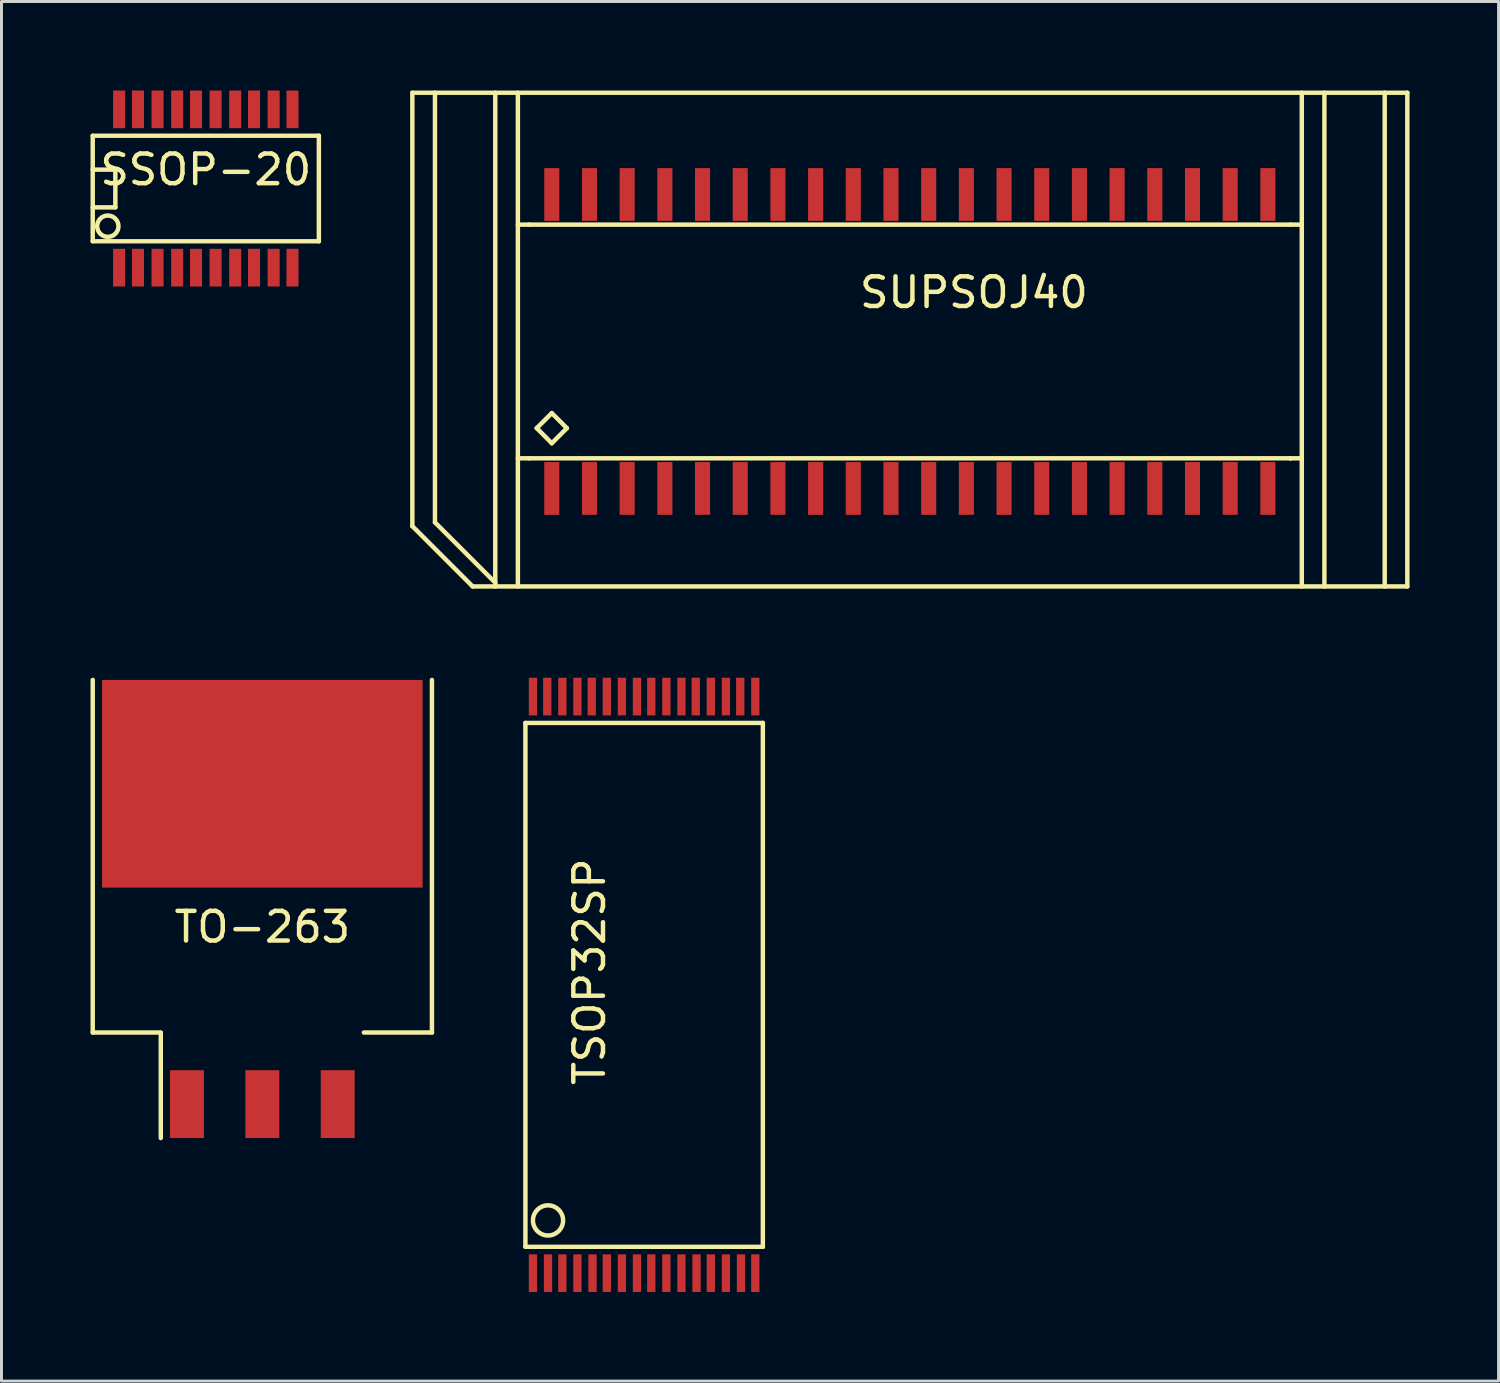
<source format=kicad_pcb>
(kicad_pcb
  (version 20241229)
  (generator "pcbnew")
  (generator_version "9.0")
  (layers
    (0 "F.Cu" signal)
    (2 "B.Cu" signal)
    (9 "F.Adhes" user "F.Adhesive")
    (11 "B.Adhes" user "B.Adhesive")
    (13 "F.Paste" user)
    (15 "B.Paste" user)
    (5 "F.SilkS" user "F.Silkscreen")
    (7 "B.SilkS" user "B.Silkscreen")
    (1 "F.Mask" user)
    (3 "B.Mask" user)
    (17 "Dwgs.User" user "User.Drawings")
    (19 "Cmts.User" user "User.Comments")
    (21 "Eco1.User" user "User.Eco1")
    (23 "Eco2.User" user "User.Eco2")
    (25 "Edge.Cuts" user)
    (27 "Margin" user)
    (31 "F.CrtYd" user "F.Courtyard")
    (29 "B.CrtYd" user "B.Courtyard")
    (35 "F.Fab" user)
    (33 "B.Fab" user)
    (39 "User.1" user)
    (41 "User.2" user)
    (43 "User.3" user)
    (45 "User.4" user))
  (footprint "TO-263"
    (layer "F.Cu")
    (at 5.79 34.156)
    (property "Reference" "TO-263" (at 0 -5.969 0) (layer "F.SilkS") (effects (font (size 1 1) (thickness 0.15))))
    (attr smd)
    (fp_line (start -5.715 -2.413) (end -5.715 -14.294) (stroke (width 0.15) (type solid)) (layer "F.SilkS"))
    (fp_line (start -5.715 -2.413) (end -3.422 -2.413) (stroke (width 0.15) (type solid)) (layer "F.SilkS"))
    (fp_line (start -3.422 -2.4) (end -3.422 1.143) (stroke (width 0.15) (type solid)) (layer "F.SilkS"))
    (fp_line (start 3.422 -2.413) (end 5.715 -2.413) (stroke (width 0.15) (type solid)) (layer "F.SilkS"))
    (fp_line (start 5.715 -14.294) (end 5.715 -2.413) (stroke (width 0.15) (type solid)) (layer "F.SilkS"))
    (pad "1" smd rect (at -2.54 0) (size 1.143 2.286) (layers "F.Cu" "F.Mask" "F.Paste"))
    (pad "2" smd rect (at 0 0) (size 1.143 2.286) (layers "F.Cu" "F.Mask" "F.Paste"))
    (pad "3" smd rect (at 0 -10.795) (size 10.8 6.998) (layers "F.Cu" "F.Mask" "F.Paste"))
    (pad "3" smd rect (at 2.54 0) (size 1.143 2.286) (layers "F.Cu" "F.Mask" "F.Paste")))
  (footprint "TSOP32SP"
    (layer "F.Cu")
    (at 18.719 30.201)
    (property "Reference" "TSOP32SP" (at -1.905 -0.508 90) (layer "F.SilkS") (effects (font (size 1 1) (thickness 0.15))))
    (attr smd)
    (fp_line (start -4.064 -8.89) (end 3.937 -8.89) (stroke (width 0.15) (type solid)) (layer "F.SilkS"))
    (fp_line (start -4.064 8.763) (end -4.064 -8.89) (stroke (width 0.15) (type solid)) (layer "F.SilkS"))
    (fp_line (start 3.937 -8.89) (end 3.937 8.763) (stroke (width 0.15) (type solid)) (layer "F.SilkS"))
    (fp_line (start 3.937 8.763) (end -4.064 8.763) (stroke (width 0.15) (type solid)) (layer "F.SilkS"))
    (fp_circle (center -3.302 7.874) (end -3.302 8.382) (stroke (width 0.15) (type solid)) (fill no) (layer "F.SilkS"))
    (pad "1" smd rect (at -3.81 9.652) (size 0.279 1.27) (layers "F.Cu" "F.Mask" "F.Paste"))
    (pad "2" smd rect (at -3.302 9.652) (size 0.279 1.27) (layers "F.Cu" "F.Mask" "F.Paste"))
    (pad "3" smd rect (at -2.819 9.652) (size 0.279 1.27) (layers "F.Cu" "F.Mask" "F.Paste"))
    (pad "4" smd rect (at -2.311 9.652) (size 0.279 1.27) (layers "F.Cu" "F.Mask" "F.Paste"))
    (pad "5" smd rect (at -1.803 9.652) (size 0.279 1.27) (layers "F.Cu" "F.Mask" "F.Paste"))
    (pad "6" smd rect (at -1.321 9.652) (size 0.279 1.27) (layers "F.Cu" "F.Mask" "F.Paste"))
    (pad "7" smd rect (at -0.813 9.652) (size 0.279 1.27) (layers "F.Cu" "F.Mask" "F.Paste"))
    (pad "8" smd rect (at -0.305 9.652) (size 0.279 1.27) (layers "F.Cu" "F.Mask" "F.Paste"))
    (pad "9" smd rect (at 0.178 9.652) (size 0.279 1.27) (layers "F.Cu" "F.Mask" "F.Paste"))
    (pad "10" smd rect (at 0.686 9.652) (size 0.279 1.27) (layers "F.Cu" "F.Mask" "F.Paste"))
    (pad "11" smd rect (at 1.194 9.652) (size 0.279 1.27) (layers "F.Cu" "F.Mask" "F.Paste"))
    (pad "12" smd rect (at 1.702 9.652) (size 0.279 1.27) (layers "F.Cu" "F.Mask" "F.Paste"))
    (pad "13" smd rect (at 2.184 9.652) (size 0.279 1.27) (layers "F.Cu" "F.Mask" "F.Paste"))
    (pad "14" smd rect (at 2.692 9.652) (size 0.279 1.27) (layers "F.Cu" "F.Mask" "F.Paste"))
    (pad "15" smd rect (at 3.2 9.652) (size 0.279 1.27) (layers "F.Cu" "F.Mask" "F.Paste"))
    (pad "16" smd rect (at 3.683 9.652) (size 0.279 1.27) (layers "F.Cu" "F.Mask" "F.Paste"))
    (pad "17" smd rect (at 3.683 -9.779) (size 0.279 1.27) (layers "F.Cu" "F.Mask" "F.Paste"))
    (pad "18" smd rect (at 3.175 -9.779) (size 0.279 1.27) (layers "F.Cu" "F.Mask" "F.Paste"))
    (pad "19" smd rect (at 2.692 -9.779) (size 0.279 1.27) (layers "F.Cu" "F.Mask" "F.Paste"))
    (pad "20" smd rect (at 2.184 -9.779) (size 0.279 1.27) (layers "F.Cu" "F.Mask" "F.Paste"))
    (pad "21" smd rect (at 1.676 -9.779) (size 0.279 1.27) (layers "F.Cu" "F.Mask" "F.Paste"))
    (pad "22" smd rect (at 1.194 -9.779) (size 0.279 1.27) (layers "F.Cu" "F.Mask" "F.Paste"))
    (pad "23" smd rect (at 0.686 -9.779) (size 0.279 1.27) (layers "F.Cu" "F.Mask" "F.Paste"))
    (pad "24" smd rect (at 0.178 -9.779) (size 0.279 1.27) (layers "F.Cu" "F.Mask" "F.Paste"))
    (pad "25" smd rect (at -0.305 -9.779) (size 0.279 1.27) (layers "F.Cu" "F.Mask" "F.Paste"))
    (pad "26" smd rect (at -0.813 -9.779) (size 0.279 1.27) (layers "F.Cu" "F.Mask" "F.Paste"))
    (pad "27" smd rect (at -1.321 -9.779) (size 0.279 1.27) (layers "F.Cu" "F.Mask" "F.Paste"))
    (pad "28" smd rect (at -1.829 -9.779) (size 0.279 1.27) (layers "F.Cu" "F.Mask" "F.Paste"))
    (pad "29" smd rect (at -2.311 -9.779) (size 0.279 1.27) (layers "F.Cu" "F.Mask" "F.Paste"))
    (pad "30" smd rect (at -2.819 -9.779) (size 0.279 1.27) (layers "F.Cu" "F.Mask" "F.Paste"))
    (pad "31" smd rect (at -3.327 -9.779) (size 0.279 1.27) (layers "F.Cu" "F.Mask" "F.Paste"))
    (pad "32" smd rect (at -3.81 -9.779) (size 0.279 1.27) (layers "F.Cu" "F.Mask" "F.Paste")))
  (footprint "SUPSOJ40"
    (layer "F.Cu")
    (at 28.244 8.33)
    (property "Reference" "SUPSOJ40" (at 1.524 -1.524 180) (layer "F.SilkS") (effects (font (size 1 1) (thickness 0.15))))
    (attr smd)
    (fp_line (start -17.399 6.35) (end -17.399 -8.255) (stroke (width 0.15) (type solid)) (layer "F.SilkS"))
    (fp_line (start -16.637 -8.255) (end -16.637 6.223) (stroke (width 0.15) (type solid)) (layer "F.SilkS"))
    (fp_line (start -16.637 6.223) (end -14.605 8.255) (stroke (width 0.15) (type solid)) (layer "F.SilkS"))
    (fp_line (start -15.367 8.382) (end -17.399 6.35) (stroke (width 0.15) (type solid)) (layer "F.SilkS"))
    (fp_line (start -14.605 8.382) (end -14.605 -8.255) (stroke (width 0.15) (type solid)) (layer "F.SilkS"))
    (fp_line (start -13.843 8.382) (end -13.843 -8.255) (stroke (width 0.15) (type solid)) (layer "F.SilkS"))
    (fp_line (start -13.462 -3.81) (end -13.843 -3.81) (stroke (width 0.15) (type solid)) (layer "F.SilkS"))
    (fp_line (start -13.462 -3.81) (end 12.192 -3.81) (stroke (width 0.15) (type solid)) (layer "F.SilkS"))
    (fp_line (start -13.462 4.064) (end -13.843 4.064) (stroke (width 0.15) (type solid)) (layer "F.SilkS"))
    (fp_line (start -13.208 3.048) (end -12.7 2.54) (stroke (width 0.15) (type solid)) (layer "F.SilkS"))
    (fp_line (start -12.7 2.54) (end -12.192 3.048) (stroke (width 0.15) (type solid)) (layer "F.SilkS"))
    (fp_line (start -12.7 3.556) (end -13.208 3.048) (stroke (width 0.15) (type solid)) (layer "F.SilkS"))
    (fp_line (start -12.192 3.048) (end -12.7 3.556) (stroke (width 0.15) (type solid)) (layer "F.SilkS"))
    (fp_line (start 12.192 -3.81) (end 12.573 -3.81) (stroke (width 0.15) (type solid)) (layer "F.SilkS"))
    (fp_line (start 12.192 4.064) (end -13.462 4.064) (stroke (width 0.15) (type solid)) (layer "F.SilkS"))
    (fp_line (start 12.192 4.064) (end 12.192 4.064) (stroke (width 0.15) (type solid)) (layer "F.SilkS"))
    (fp_line (start 12.192 4.064) (end 12.573 4.064) (stroke (width 0.15) (type solid)) (layer "F.SilkS"))
    (fp_line (start 12.573 8.382) (end 12.573 -8.255) (stroke (width 0.15) (type solid)) (layer "F.SilkS"))
    (fp_line (start 13.335 8.382) (end 13.335 -8.255) (stroke (width 0.15) (type solid)) (layer "F.SilkS"))
    (fp_line (start 15.367 8.382) (end 15.367 -8.255) (stroke (width 0.15) (type solid)) (layer "F.SilkS"))
    (fp_line (start 16.129 -8.255) (end -17.399 -8.255) (stroke (width 0.15) (type solid)) (layer "F.SilkS"))
    (fp_line (start 16.129 -8.255) (end 16.129 8.382) (stroke (width 0.15) (type solid)) (layer "F.SilkS"))
    (fp_line (start 16.129 8.382) (end -15.367 8.382) (stroke (width 0.15) (type solid)) (layer "F.SilkS"))
    (pad "1" smd rect (at -12.7 5.08) (size 0.508 1.778) (layers "F.Cu" "F.Mask" "F.Paste"))
    (pad "2" smd rect (at -11.43 5.08) (size 0.508 1.778) (layers "F.Cu" "F.Mask" "F.Paste"))
    (pad "3" smd rect (at -10.16 5.08) (size 0.508 1.778) (layers "F.Cu" "F.Mask" "F.Paste"))
    (pad "4" smd rect (at -8.89 5.08) (size 0.508 1.778) (layers "F.Cu" "F.Mask" "F.Paste"))
    (pad "5" smd rect (at -7.62 5.08) (size 0.508 1.778) (layers "F.Cu" "F.Mask" "F.Paste"))
    (pad "6" smd rect (at -6.35 5.08) (size 0.508 1.778) (layers "F.Cu" "F.Mask" "F.Paste"))
    (pad "7" smd rect (at -5.08 5.08) (size 0.508 1.778) (layers "F.Cu" "F.Mask" "F.Paste"))
    (pad "8" smd rect (at -3.81 5.08) (size 0.508 1.778) (layers "F.Cu" "F.Mask" "F.Paste"))
    (pad "9" smd rect (at -2.54 5.08) (size 0.508 1.778) (layers "F.Cu" "F.Mask" "F.Paste"))
    (pad "10" smd rect (at -1.27 5.08) (size 0.508 1.778) (layers "F.Cu" "F.Mask" "F.Paste"))
    (pad "11" smd rect (at 0 5.08) (size 0.508 1.778) (layers "F.Cu" "F.Mask" "F.Paste"))
    (pad "12" smd rect (at 1.27 5.08) (size 0.508 1.778) (layers "F.Cu" "F.Mask" "F.Paste"))
    (pad "13" smd rect (at 2.54 5.08) (size 0.508 1.778) (layers "F.Cu" "F.Mask" "F.Paste"))
    (pad "14" smd rect (at 3.81 5.08) (size 0.508 1.778) (layers "F.Cu" "F.Mask" "F.Paste"))
    (pad "15" smd rect (at 5.08 5.08) (size 0.508 1.778) (layers "F.Cu" "F.Mask" "F.Paste"))
    (pad "16" smd rect (at 6.35 5.08) (size 0.508 1.778) (layers "F.Cu" "F.Mask" "F.Paste"))
    (pad "17" smd rect (at 7.62 5.08) (size 0.508 1.778) (layers "F.Cu" "F.Mask" "F.Paste"))
    (pad "18" smd rect (at 8.89 5.08) (size 0.508 1.778) (layers "F.Cu" "F.Mask" "F.Paste"))
    (pad "19" smd rect (at 10.16 5.08) (size 0.508 1.778) (layers "F.Cu" "F.Mask" "F.Paste"))
    (pad "20" smd rect (at 11.43 5.08) (size 0.508 1.778) (layers "F.Cu" "F.Mask" "F.Paste"))
    (pad "21" smd rect (at 11.43 -4.826) (size 0.508 1.778) (layers "F.Cu" "F.Mask" "F.Paste"))
    (pad "22" smd rect (at 10.16 -4.826) (size 0.508 1.778) (layers "F.Cu" "F.Mask" "F.Paste"))
    (pad "23" smd rect (at 8.89 -4.826) (size 0.508 1.778) (layers "F.Cu" "F.Mask" "F.Paste"))
    (pad "24" smd rect (at 7.62 -4.826) (size 0.508 1.778) (layers "F.Cu" "F.Mask" "F.Paste"))
    (pad "25" smd rect (at 6.35 -4.826) (size 0.508 1.778) (layers "F.Cu" "F.Mask" "F.Paste"))
    (pad "26" smd rect (at 5.08 -4.826) (size 0.508 1.778) (layers "F.Cu" "F.Mask" "F.Paste"))
    (pad "27" smd rect (at 3.81 -4.826) (size 0.508 1.778) (layers "F.Cu" "F.Mask" "F.Paste"))
    (pad "28" smd rect (at 2.54 -4.826) (size 0.508 1.778) (layers "F.Cu" "F.Mask" "F.Paste"))
    (pad "29" smd rect (at 1.27 -4.826) (size 0.508 1.778) (layers "F.Cu" "F.Mask" "F.Paste"))
    (pad "30" smd rect (at 0 -4.826) (size 0.508 1.778) (layers "F.Cu" "F.Mask" "F.Paste"))
    (pad "31" smd rect (at -1.27 -4.826) (size 0.508 1.778) (layers "F.Cu" "F.Mask" "F.Paste"))
    (pad "32" smd rect (at -2.54 -4.826) (size 0.508 1.778) (layers "F.Cu" "F.Mask" "F.Paste"))
    (pad "33" smd rect (at -3.81 -4.826) (size 0.508 1.778) (layers "F.Cu" "F.Mask" "F.Paste"))
    (pad "34" smd rect (at -5.08 -4.826) (size 0.508 1.778) (layers "F.Cu" "F.Mask" "F.Paste"))
    (pad "35" smd rect (at -6.35 -4.826) (size 0.508 1.778) (layers "F.Cu" "F.Mask" "F.Paste"))
    (pad "36" smd rect (at -7.62 -4.826) (size 0.508 1.778) (layers "F.Cu" "F.Mask" "F.Paste"))
    (pad "37" smd rect (at -8.89 -4.826) (size 0.508 1.778) (layers "F.Cu" "F.Mask" "F.Paste"))
    (pad "38" smd rect (at -10.16 -4.826) (size 0.508 1.778) (layers "F.Cu" "F.Mask" "F.Paste"))
    (pad "39" smd rect (at -11.43 -4.826) (size 0.508 1.778) (layers "F.Cu" "F.Mask" "F.Paste"))
    (pad "40" smd rect (at -12.7 -4.826) (size 0.508 1.778) (layers "F.Cu" "F.Mask" "F.Paste")))
  (footprint "SSOP-20"
    (layer "F.Cu")
    (at 3.885 3.302)
    (property "Reference" "SSOP-20" (at 0 -0.635 0) (layer "F.SilkS") (effects (font (size 1 1) (thickness 0.15))))
    (attr smd)
    (fp_line (start -3.81 -0.635) (end -3.048 -0.635) (stroke (width 0.15) (type solid)) (layer "F.SilkS"))
    (fp_line (start -3.81 1.778) (end -3.81 -1.778) (stroke (width 0.15) (type solid)) (layer "F.SilkS"))
    (fp_line (start -3.81 1.778) (end 3.81 1.778) (stroke (width 0.15) (type solid)) (layer "F.SilkS"))
    (fp_line (start -3.048 -0.635) (end -3.048 0.635) (stroke (width 0.15) (type solid)) (layer "F.SilkS"))
    (fp_line (start -3.048 0.635) (end -3.81 0.635) (stroke (width 0.15) (type solid)) (layer "F.SilkS"))
    (fp_line (start 3.81 -1.778) (end -3.81 -1.778) (stroke (width 0.15) (type solid)) (layer "F.SilkS"))
    (fp_line (start 3.81 -1.778) (end 3.81 1.778) (stroke (width 0.15) (type solid)) (layer "F.SilkS"))
    (fp_circle (center -3.302 1.27) (end -3.556 1.016) (stroke (width 0.15) (type solid)) (fill no) (layer "F.SilkS"))
    (pad "1" smd rect (at -2.921 2.667) (size 0.406 1.27) (layers "F.Cu" "F.Mask" "F.Paste"))
    (pad "2" smd rect (at -2.286 2.667) (size 0.406 1.27) (layers "F.Cu" "F.Mask" "F.Paste"))
    (pad "3" smd rect (at -1.626 2.667) (size 0.406 1.27) (layers "F.Cu" "F.Mask" "F.Paste"))
    (pad "4" smd rect (at -0.965 2.667) (size 0.406 1.27) (layers "F.Cu" "F.Mask" "F.Paste"))
    (pad "5" smd rect (at -0.33 2.667) (size 0.406 1.27) (layers "F.Cu" "F.Mask" "F.Paste"))
    (pad "6" smd rect (at 0.33 2.667) (size 0.406 1.27) (layers "F.Cu" "F.Mask" "F.Paste"))
    (pad "7" smd rect (at 0.991 2.667) (size 0.406 1.27) (layers "F.Cu" "F.Mask" "F.Paste"))
    (pad "8" smd rect (at 1.626 2.667) (size 0.406 1.27) (layers "F.Cu" "F.Mask" "F.Paste"))
    (pad "9" smd rect (at 2.286 2.667) (size 0.406 1.27) (layers "F.Cu" "F.Mask" "F.Paste"))
    (pad "10" smd rect (at 2.921 2.667) (size 0.406 1.27) (layers "F.Cu" "F.Mask" "F.Paste"))
    (pad "11" smd rect (at 2.921 -2.667) (size 0.406 1.27) (layers "F.Cu" "F.Mask" "F.Paste"))
    (pad "12" smd rect (at 2.286 -2.667) (size 0.406 1.27) (layers "F.Cu" "F.Mask" "F.Paste"))
    (pad "13" smd rect (at 1.626 -2.667) (size 0.406 1.27) (layers "F.Cu" "F.Mask" "F.Paste"))
    (pad "14" smd rect (at 0.991 -2.667) (size 0.406 1.27) (layers "F.Cu" "F.Mask" "F.Paste"))
    (pad "15" smd rect (at 0.33 -2.667) (size 0.406 1.27) (layers "F.Cu" "F.Mask" "F.Paste"))
    (pad "16" smd rect (at -0.33 -2.667) (size 0.406 1.27) (layers "F.Cu" "F.Mask" "F.Paste"))
    (pad "17" smd rect (at -0.965 -2.667) (size 0.406 1.27) (layers "F.Cu" "F.Mask" "F.Paste"))
    (pad "18" smd rect (at -1.626 -2.667) (size 0.406 1.27) (layers "F.Cu" "F.Mask" "F.Paste"))
    (pad "19" smd rect (at -2.286 -2.667) (size 0.406 1.27) (layers "F.Cu" "F.Mask" "F.Paste"))
    (pad "20" smd rect (at -2.921 -2.667) (size 0.406 1.27) (layers "F.Cu" "F.Mask" "F.Paste")))
  (gr_rect
    (start -3 -3)
    (end 47.448 43.488)
    (stroke (width 0.1) (type default))
    (fill no)
    (layer "Edge.Cuts")))
</source>
